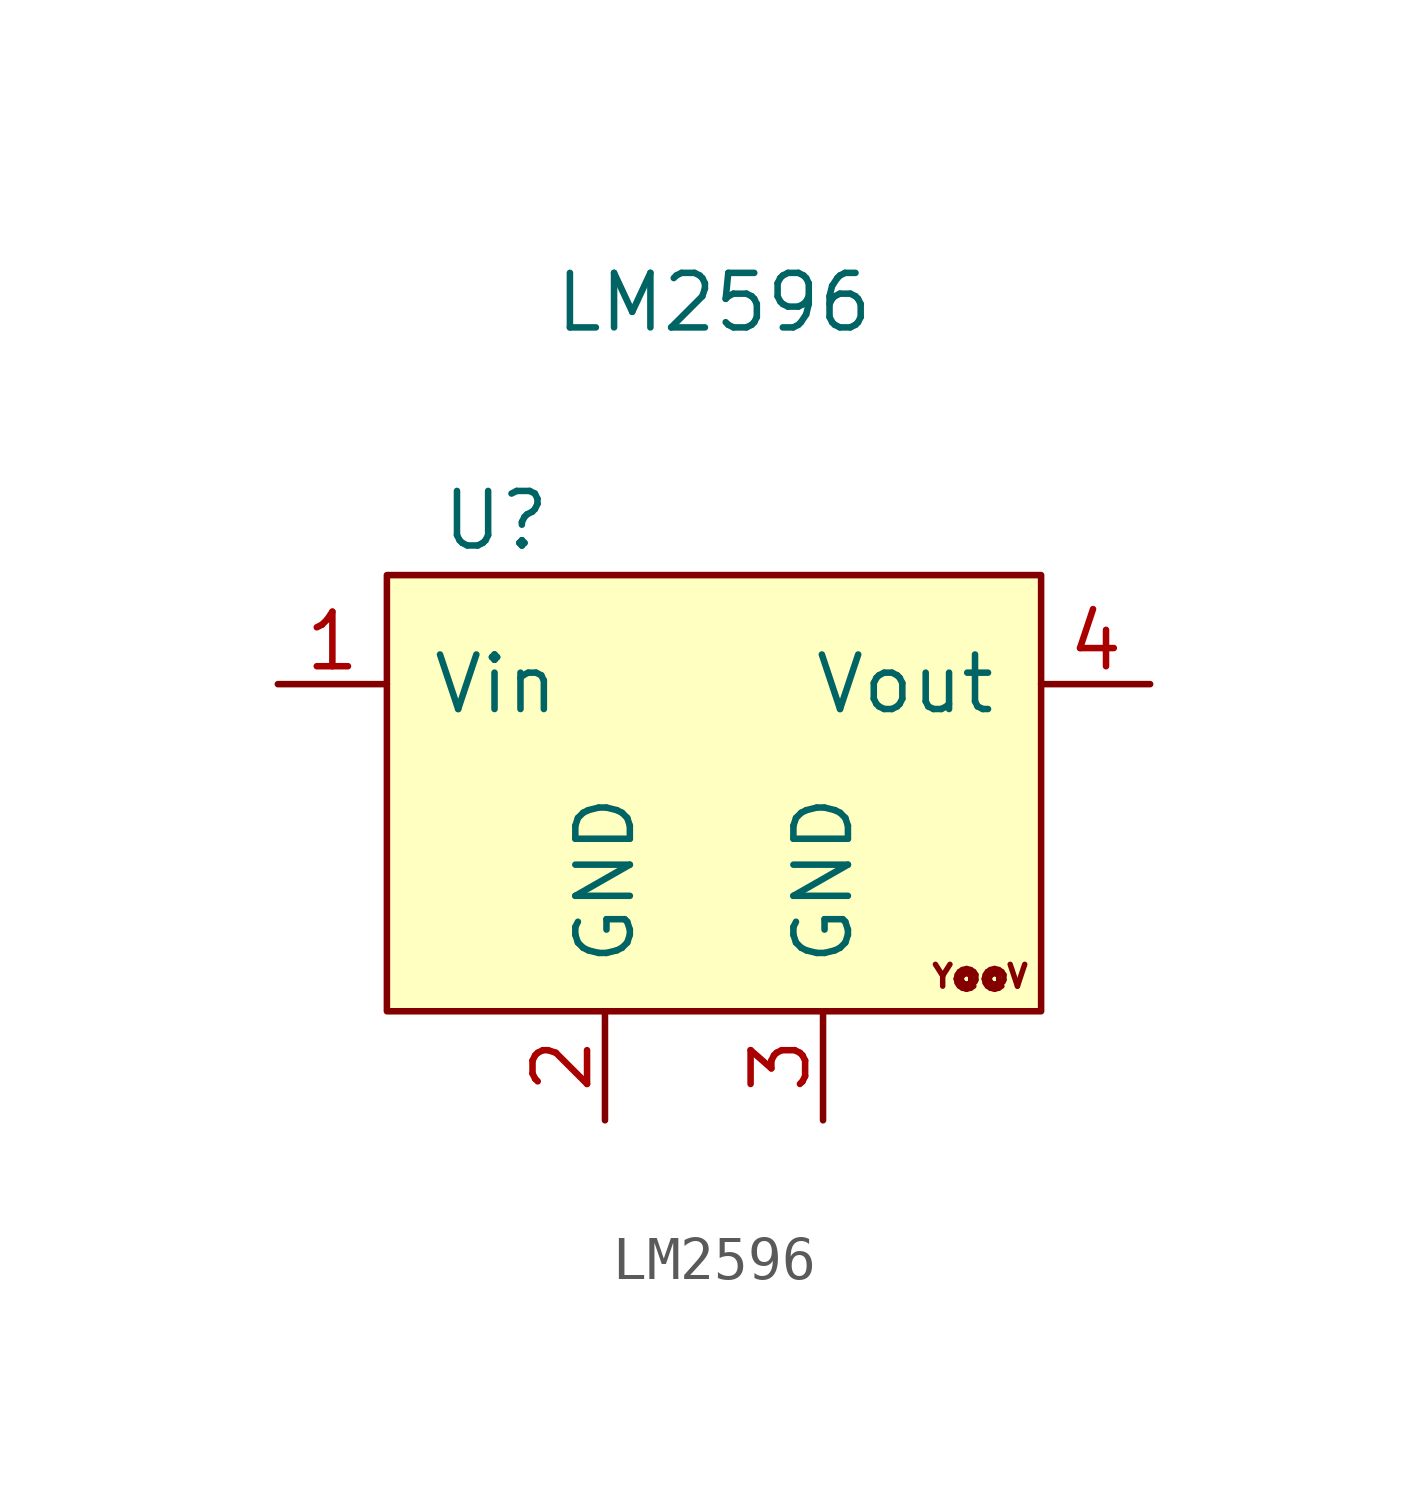
<source format=kicad_sym>
(kicad_symbol_lib
  (version 20241209)
  (generator "kicad_symbol_editor")
  (generator_version "9.0")
  (symbol "LM2596"
    (pin_names
      (offset 1.016))
    (property "Reference" "U"
      (at -5.08 6.35 0)
      (effects (font (size 1.27 1.27))))
    (property "Value" "LM2596"
      (at 0 11.43 0)
      (effects (font (size 1.27 1.27))))
    (symbol "LM2596_0_1"
      (rectangle (start -7.62 5.08) (end 7.62 -5.08) (stroke (width 0) (type solid)) (fill (type background))))
    (symbol "LM2596_1_1"
      (text "Y@@V" (at 6.198 -4.267 0) (effects (font (size 0.508 0.508))))
      (pin power_in line (at -10.16 2.54 0) (length 2.54) (name "Vin" (effects (font (size 1.27 1.27)))) (number "1" (effects (font (size 1.27 1.27)))))
      (pin power_in line (at -2.54 -7.62 90) (length 2.54) (name "GND" (effects (font (size 1.27 1.27)))) (number "2" (effects (font (size 1.27 1.27)))))
      (pin power_in line (at 2.54 -7.62 90) (length 2.54) (name "GND" (effects (font (size 1.27 1.27)))) (number "3" (effects (font (size 1.27 1.27)))))
      (pin power_out line (at 10.16 2.54 180) (length 2.54) (name "Vout" (effects (font (size 1.27 1.27)))) (number "4" (effects (font (size 1.27 1.27))))))))
</source>
